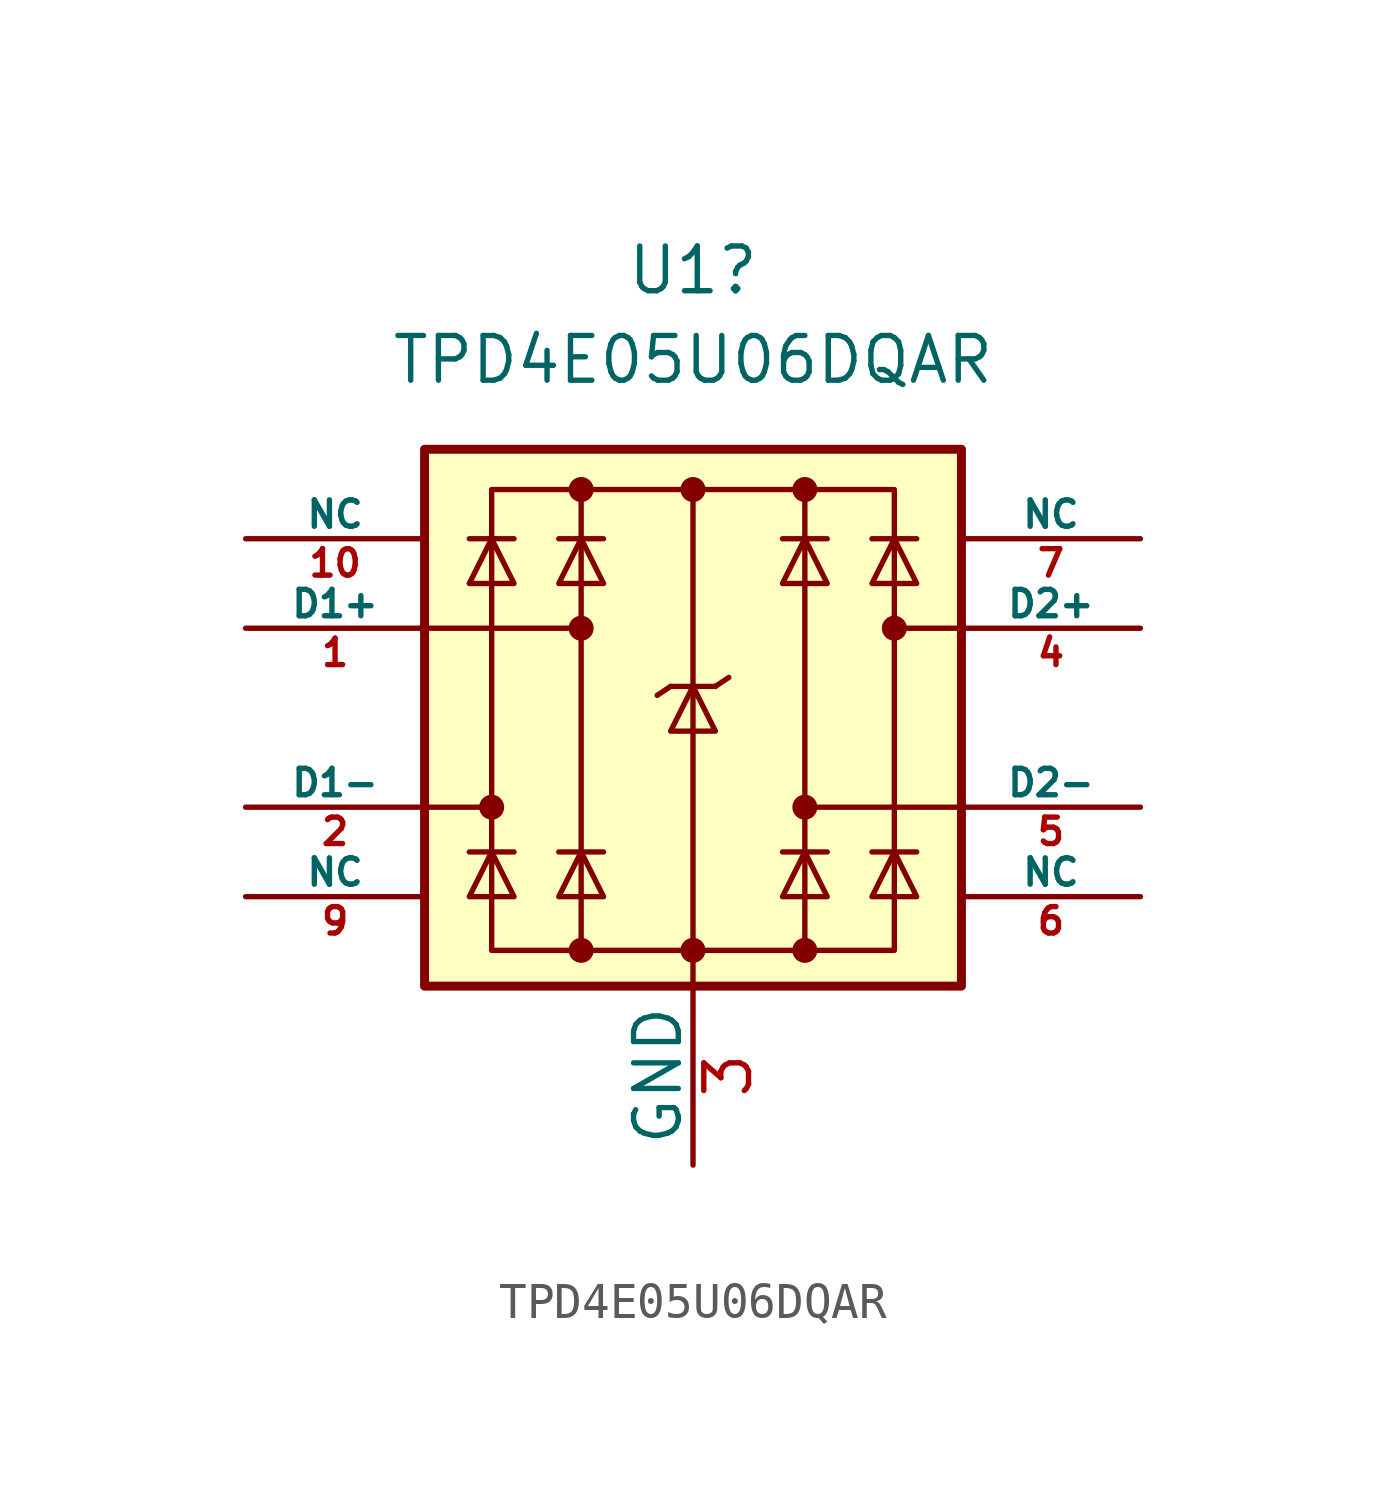
<source format=kicad_sym>
(kicad_symbol_lib
  (version 20211014)
  (generator kicad_symbol_editor)
  (symbol "TPD4E05U06DQAR"
    (pin_names
      (offset 0))
    (property "Reference" "U1"
      (at 0 12.7 0)
      (effects (font (size 1.27 1.27))))
    (property "Value" "TPD4E05U06DQAR"
      (at 0 10.16 0)
      (effects (font (size 1.27 1.27))))
    (symbol "TPD4E05U06DQAR_0_0"
      (rectangle (start -5.715 6.477) (end 5.715 -6.604) (stroke (width 0) (type default) (color 0 0 0 0)) (fill (type none)))
      (polyline (pts (xy -3.175 -6.604) (xy -3.175 6.477)) (stroke (width 0) (type default) (color 0 0 0 0)) (fill (type none)))
      (polyline (pts (xy 0 6.477) (xy 0 -6.604)) (stroke (width 0) (type default) (color 0 0 0 0)) (fill (type none)))
      (polyline (pts (xy 3.175 6.477) (xy 3.175 -6.604)) (stroke (width 0) (type default) (color 0 0 0 0)) (fill (type none))))
    (symbol "TPD4E05U06DQAR_0_1"
      (rectangle (start -7.62 7.62) (end 7.62 -7.62) (stroke (width 0.254) (type default) (color 0 0 0 0)) (fill (type background)))
      (circle (center -5.715 -2.54) (radius 0.279) (stroke (width 0) (type default) (color 0 0 0 0)) (fill (type outline)))
      (circle (center -3.175 -6.604) (radius 0.279) (stroke (width 0) (type default) (color 0 0 0 0)) (fill (type outline)))
      (circle (center -3.175 2.54) (radius 0.279) (stroke (width 0) (type default) (color 0 0 0 0)) (fill (type outline)))
      (circle (center -3.175 6.477) (radius 0.279) (stroke (width 0) (type default) (color 0 0 0 0)) (fill (type outline)))
      (circle (center 0 -6.604) (radius 0.279) (stroke (width 0) (type default) (color 0 0 0 0)) (fill (type outline)))
      (polyline (pts (xy -7.747 2.54) (xy -3.175 2.54)) (stroke (width 0) (type default) (color 0 0 0 0)) (fill (type none)))
      (polyline (pts (xy -7.62 -2.54) (xy -5.715 -2.54)) (stroke (width 0) (type default) (color 0 0 0 0)) (fill (type none)))
      (polyline (pts (xy -5.08 -3.81) (xy -6.35 -3.81)) (stroke (width 0) (type default) (color 0 0 0 0)) (fill (type none)))
      (polyline (pts (xy -5.08 5.08) (xy -6.35 5.08)) (stroke (width 0) (type default) (color 0 0 0 0)) (fill (type none)))
      (polyline (pts (xy -2.54 -3.81) (xy -3.81 -3.81)) (stroke (width 0) (type default) (color 0 0 0 0)) (fill (type none)))
      (polyline (pts (xy -2.54 5.08) (xy -3.81 5.08)) (stroke (width 0) (type default) (color 0 0 0 0)) (fill (type none)))
      (polyline (pts (xy -0.635 0.889) (xy -1.016 0.635)) (stroke (width 0) (type default) (color 0 0 0 0)) (fill (type none)))
      (polyline (pts (xy 0 -6.604) (xy 0 -7.62)) (stroke (width 0) (type default) (color 0 0 0 0)) (fill (type none)))
      (polyline (pts (xy 0.635 0.889) (xy -0.635 0.889)) (stroke (width 0) (type default) (color 0 0 0 0)) (fill (type none)))
      (polyline (pts (xy 0.635 0.889) (xy 1.016 1.143)) (stroke (width 0) (type default) (color 0 0 0 0)) (fill (type none)))
      (polyline (pts (xy 3.81 -3.81) (xy 2.54 -3.81)) (stroke (width 0) (type default) (color 0 0 0 0)) (fill (type none)))
      (polyline (pts (xy 3.81 5.08) (xy 2.54 5.08)) (stroke (width 0) (type default) (color 0 0 0 0)) (fill (type none)))
      (polyline (pts (xy 6.35 -3.81) (xy 5.08 -3.81)) (stroke (width 0) (type default) (color 0 0 0 0)) (fill (type none)))
      (polyline (pts (xy 6.35 5.08) (xy 5.08 5.08)) (stroke (width 0) (type default) (color 0 0 0 0)) (fill (type none)))
      (polyline (pts (xy 7.62 -2.54) (xy 3.175 -2.54)) (stroke (width 0) (type default) (color 0 0 0 0)) (fill (type none)))
      (polyline (pts (xy 7.62 2.54) (xy 5.715 2.54)) (stroke (width 0) (type default) (color 0 0 0 0)) (fill (type none)))
      (polyline (pts (xy -5.08 -5.08) (xy -6.35 -5.08) (xy -5.715 -3.81) (xy -5.08 -5.08)) (stroke (width 0) (type default) (color 0 0 0 0)) (fill (type none)))
      (polyline (pts (xy -5.08 3.81) (xy -6.35 3.81) (xy -5.715 5.08) (xy -5.08 3.81)) (stroke (width 0) (type default) (color 0 0 0 0)) (fill (type none)))
      (polyline (pts (xy -2.54 -5.08) (xy -3.81 -5.08) (xy -3.175 -3.81) (xy -2.54 -5.08)) (stroke (width 0) (type default) (color 0 0 0 0)) (fill (type none)))
      (polyline (pts (xy -2.54 3.81) (xy -3.81 3.81) (xy -3.175 5.08) (xy -2.54 3.81)) (stroke (width 0) (type default) (color 0 0 0 0)) (fill (type none)))
      (polyline (pts (xy 0.635 -0.381) (xy -0.635 -0.381) (xy 0 0.889) (xy 0.635 -0.381)) (stroke (width 0) (type default) (color 0 0 0 0)) (fill (type none)))
      (polyline (pts (xy 3.81 -5.08) (xy 2.54 -5.08) (xy 3.175 -3.81) (xy 3.81 -5.08)) (stroke (width 0) (type default) (color 0 0 0 0)) (fill (type none)))
      (polyline (pts (xy 3.81 3.81) (xy 2.54 3.81) (xy 3.175 5.08) (xy 3.81 3.81)) (stroke (width 0) (type default) (color 0 0 0 0)) (fill (type none)))
      (polyline (pts (xy 6.35 -5.08) (xy 5.08 -5.08) (xy 5.715 -3.81) (xy 6.35 -5.08)) (stroke (width 0) (type default) (color 0 0 0 0)) (fill (type none)))
      (polyline (pts (xy 6.35 3.81) (xy 5.08 3.81) (xy 5.715 5.08) (xy 6.35 3.81)) (stroke (width 0) (type default) (color 0 0 0 0)) (fill (type none)))
      (circle (center 0 6.477) (radius 0.279) (stroke (width 0) (type default) (color 0 0 0 0)) (fill (type outline)))
      (circle (center 3.175 -6.604) (radius 0.279) (stroke (width 0) (type default) (color 0 0 0 0)) (fill (type outline)))
      (circle (center 3.175 -2.54) (radius 0.279) (stroke (width 0) (type default) (color 0 0 0 0)) (fill (type outline)))
      (circle (center 3.175 6.477) (radius 0.279) (stroke (width 0) (type default) (color 0 0 0 0)) (fill (type outline)))
      (circle (center 5.715 2.54) (radius 0.279) (stroke (width 0) (type default) (color 0 0 0 0)) (fill (type outline))))
    (symbol "TPD4E05U06DQAR_1_1"
      (pin passive line (at -12.7 2.54 0) (length 5.08) (name "D1+" (effects (font (size 0.75 0.75)))) (number "1" (effects (font (size 0.75 0.75)))))
      (pin passive line (at -12.7 5.08 0) (length 5.08) (name "NC" (effects (font (size 0.75 0.75)))) (number "10" (effects (font (size 0.75 0.75)))))
      (pin passive line (at -12.7 -2.54 0) (length 5.08) (name "D1-" (effects (font (size 0.75 0.75)))) (number "2" (effects (font (size 0.75 0.75)))))
      (pin power_in line (at 0 -12.7 90) (length 5.08) (name "GND" (effects (font (size 1.27 1.27)))) (number "3" (effects (font (size 1.27 1.27)))))
      (pin passive line (at 12.7 2.54 180) (length 5.08) (name "D2+" (effects (font (size 0.75 0.75)))) (number "4" (effects (font (size 0.75 0.75)))))
      (pin passive line (at 12.7 -2.54 180) (length 5.08) (name "D2-" (effects (font (size 0.75 0.75)))) (number "5" (effects (font (size 0.75 0.75)))))
      (pin passive line (at 12.7 -5.08 180) (length 5.08) (name "NC" (effects (font (size 0.75 0.75)))) (number "6" (effects (font (size 0.75 0.75)))))
      (pin passive line (at 12.7 5.08 180) (length 5.08) (name "NC" (effects (font (size 0.75 0.75)))) (number "7" (effects (font (size 0.75 0.75)))))
      (pin passive line (at 0 -12.7 90) (length 5.08) hide (name "GND" (effects (font (size 1.27 1.27)))) (number "8" (effects (font (size 1.27 1.27)))))
      (pin passive line (at -12.7 -5.08 0) (length 5.08) (name "NC" (effects (font (size 0.75 0.75)))) (number "9" (effects (font (size 0.75 0.75))))))))
</source>
